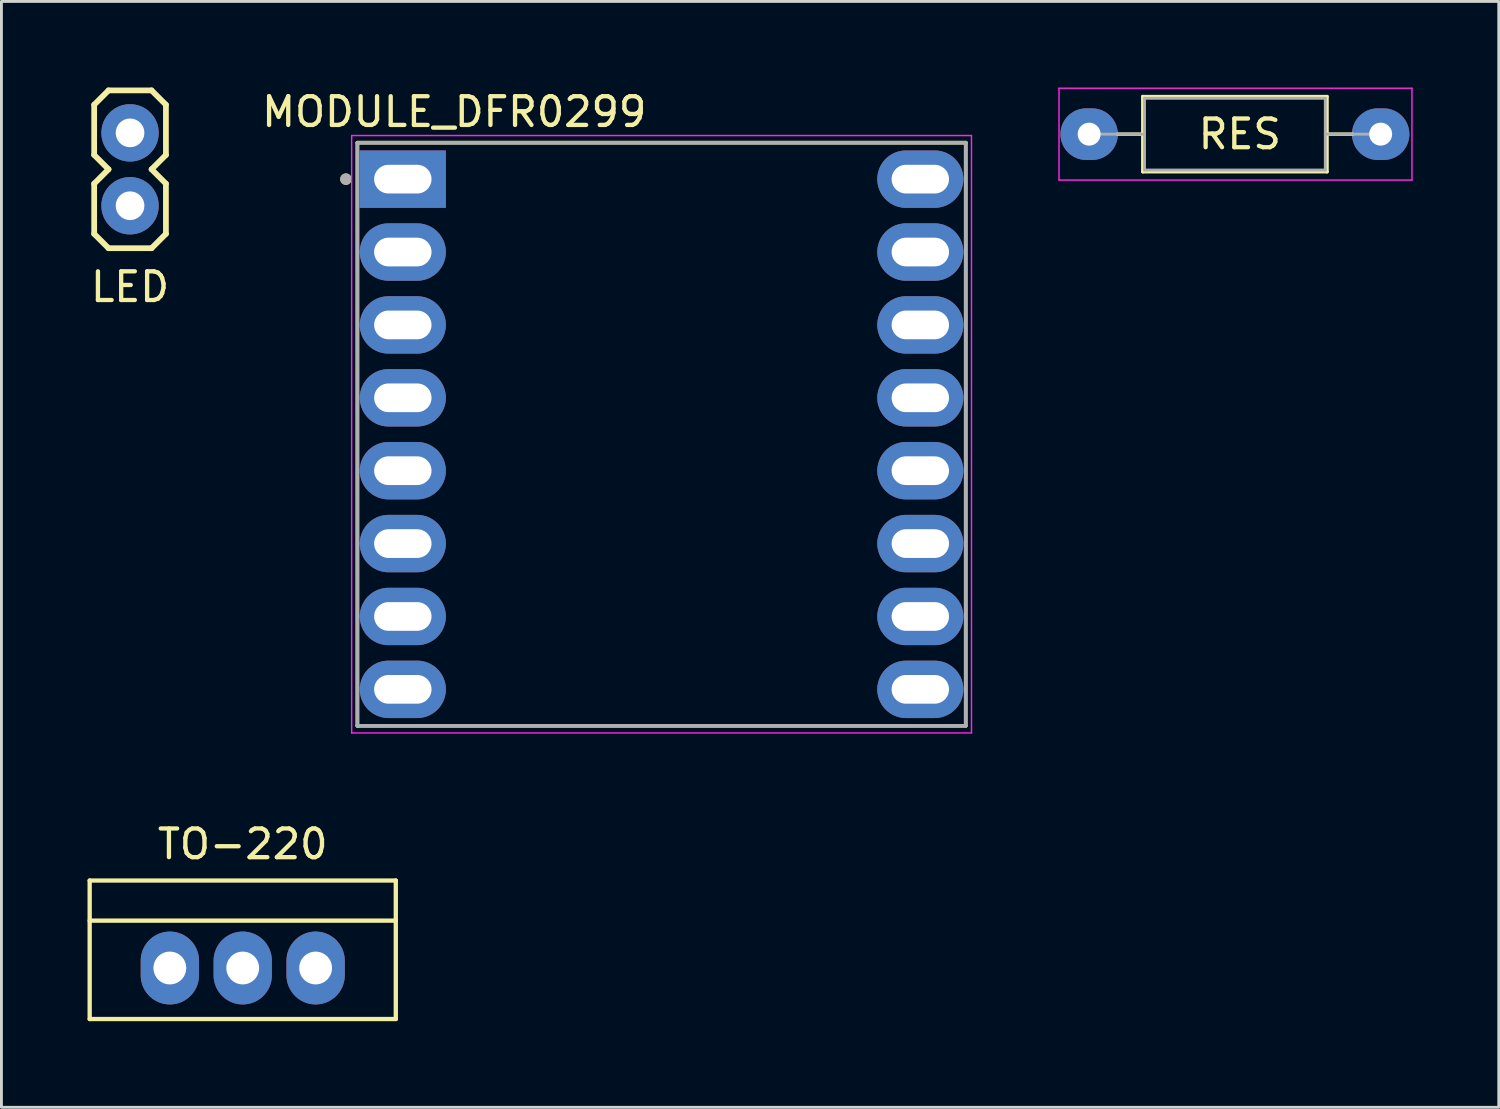
<source format=kicad_pcb>
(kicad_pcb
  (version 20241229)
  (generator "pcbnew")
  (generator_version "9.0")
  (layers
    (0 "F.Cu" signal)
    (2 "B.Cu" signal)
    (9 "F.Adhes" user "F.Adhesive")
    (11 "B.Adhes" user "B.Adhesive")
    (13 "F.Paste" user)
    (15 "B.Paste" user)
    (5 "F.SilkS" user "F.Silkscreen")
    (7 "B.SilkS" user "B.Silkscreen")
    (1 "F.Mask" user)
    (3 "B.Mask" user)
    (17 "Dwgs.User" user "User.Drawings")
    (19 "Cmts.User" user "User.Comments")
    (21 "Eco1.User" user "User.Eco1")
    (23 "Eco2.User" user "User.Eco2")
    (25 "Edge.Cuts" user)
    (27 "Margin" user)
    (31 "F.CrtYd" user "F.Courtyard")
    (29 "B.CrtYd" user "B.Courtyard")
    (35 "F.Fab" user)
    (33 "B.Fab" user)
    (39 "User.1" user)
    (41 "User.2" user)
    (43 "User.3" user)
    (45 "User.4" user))
  (footprint "MODULE_DFR0299"
    (layer "F.Cu")
    (at 20.005 12.083)
    (property "Reference" "MODULE_DFR0299" (at -7.225 -11.235 0) (layer "F.SilkS") (effects (font (size 1 1) (thickness 0.15))))
    (attr through_hole)
    (fp_line (start -10.6 -10.16) (end 10.6 -10.16) (stroke (width 0.127) (type solid)) (layer "F.SilkS"))
    (fp_line (start -10.6 10.16) (end -10.6 -10.16) (stroke (width 0.127) (type solid)) (layer "F.SilkS"))
    (fp_line (start 10.6 -10.16) (end 10.6 10.16) (stroke (width 0.127) (type solid)) (layer "F.SilkS"))
    (fp_line (start 10.6 10.16) (end -10.6 10.16) (stroke (width 0.127) (type solid)) (layer "F.SilkS"))
    (fp_circle (center -11 -8.89) (end -10.9 -8.89) (stroke (width 0.2) (type solid)) (fill no) (layer "F.SilkS"))
    (fp_line (start -10.8 -10.41) (end 10.8 -10.41) (stroke (width 0.05) (type solid)) (layer "F.CrtYd"))
    (fp_line (start -10.8 10.41) (end -10.8 -10.41) (stroke (width 0.05) (type solid)) (layer "F.CrtYd"))
    (fp_line (start 10.8 -10.41) (end 10.8 10.41) (stroke (width 0.05) (type solid)) (layer "F.CrtYd"))
    (fp_line (start 10.8 10.41) (end -10.8 10.41) (stroke (width 0.05) (type solid)) (layer "F.CrtYd"))
    (fp_line (start -10.6 -10.16) (end 10.6 -10.16) (stroke (width 0.127) (type solid)) (layer "F.Fab"))
    (fp_line (start -10.6 10.16) (end -10.6 -10.16) (stroke (width 0.127) (type solid)) (layer "F.Fab"))
    (fp_line (start 10.6 -10.16) (end 10.6 10.16) (stroke (width 0.127) (type solid)) (layer "F.Fab"))
    (fp_line (start 10.6 10.16) (end -10.6 10.16) (stroke (width 0.127) (type solid)) (layer "F.Fab"))
    (fp_circle (center -11 -8.89) (end -10.9 -8.89) (stroke (width 0.2) (type solid)) (fill no) (layer "F.Fab"))
    (pad "1" thru_hole rect (at -9.017 -8.89) (size 3 2) (drill oval 2 1) (layers "*.Cu" "*.Mask"))
    (pad "2" thru_hole oval (at -9.017 -6.35) (size 3 2) (drill oval 2 1) (layers "*.Cu" "*.Mask"))
    (pad "3" thru_hole oval (at -9.017 -3.81) (size 3 2) (drill oval 2 1) (layers "*.Cu" "*.Mask"))
    (pad "4" thru_hole oval (at -9.017 -1.27) (size 3 2) (drill oval 2 1) (layers "*.Cu" "*.Mask"))
    (pad "5" thru_hole oval (at -9.017 1.27) (size 3 2) (drill oval 2 1) (layers "*.Cu" "*.Mask"))
    (pad "6" thru_hole oval (at -9.017 3.81) (size 3 2) (drill oval 2 1) (layers "*.Cu" "*.Mask"))
    (pad "7" thru_hole oval (at -9.017 6.35) (size 3 2) (drill oval 2 1) (layers "*.Cu" "*.Mask"))
    (pad "8" thru_hole oval (at -9.017 8.89) (size 3 2) (drill oval 2 1) (layers "*.Cu" "*.Mask"))
    (pad "9" thru_hole oval (at 9.017 8.89) (size 3 2) (drill oval 2 1) (layers "*.Cu" "*.Mask"))
    (pad "10" thru_hole oval (at 9.017 6.35) (size 3 2) (drill oval 2 1) (layers "*.Cu" "*.Mask"))
    (pad "11" thru_hole oval (at 9.017 3.81) (size 3 2) (drill oval 2 1) (layers "*.Cu" "*.Mask"))
    (pad "12" thru_hole oval (at 9.017 1.27) (size 3 2) (drill oval 2 1) (layers "*.Cu" "*.Mask"))
    (pad "13" thru_hole oval (at 9.017 -1.27) (size 3 2) (drill oval 2 1) (layers "*.Cu" "*.Mask"))
    (pad "14" thru_hole oval (at 9.017 -3.81) (size 3 2) (drill oval 2 1) (layers "*.Cu" "*.Mask"))
    (pad "15" thru_hole oval (at 9.017 -6.35) (size 3 2) (drill oval 2 1) (layers "*.Cu" "*.Mask"))
    (pad "16" thru_hole oval (at 9.017 -8.89) (size 3 2) (drill oval 2 1) (layers "*.Cu" "*.Mask")))
  (footprint "RES"
    (layer "F.Cu")
    (at 34.905 1.625)
    (property "Reference" "RES" (at 5.25 0 0) (layer "F.SilkS") (effects (font (size 1 1) (thickness 0.15))))
    (attr through_hole)
    (fp_line (start 0.98 0) (end 1.87 0) (stroke (width 0.12) (type solid)) (layer "F.SilkS"))
    (fp_line (start 1.87 -1.31) (end 1.87 1.31) (stroke (width 0.12) (type solid)) (layer "F.SilkS"))
    (fp_line (start 1.87 1.31) (end 8.29 1.31) (stroke (width 0.12) (type solid)) (layer "F.SilkS"))
    (fp_line (start 8.29 -1.31) (end 1.87 -1.31) (stroke (width 0.12) (type solid)) (layer "F.SilkS"))
    (fp_line (start 8.29 1.31) (end 8.29 -1.31) (stroke (width 0.12) (type solid)) (layer "F.SilkS"))
    (fp_line (start 9.18 0) (end 8.29 0) (stroke (width 0.12) (type solid)) (layer "F.SilkS"))
    (fp_line (start -1.05 -1.6) (end -1.05 1.6) (stroke (width 0.05) (type solid)) (layer "F.CrtYd"))
    (fp_line (start -1.05 1.6) (end 11.25 1.6) (stroke (width 0.05) (type solid)) (layer "F.CrtYd"))
    (fp_line (start 11.25 -1.6) (end -1.05 -1.6) (stroke (width 0.05) (type solid)) (layer "F.CrtYd"))
    (fp_line (start 11.25 1.6) (end 11.25 -1.6) (stroke (width 0.05) (type solid)) (layer "F.CrtYd"))
    (fp_line (start 0 0) (end 1.93 0) (stroke (width 0.1) (type solid)) (layer "F.Fab"))
    (fp_line (start 1.93 -1.25) (end 1.93 1.25) (stroke (width 0.1) (type solid)) (layer "F.Fab"))
    (fp_line (start 1.93 1.25) (end 8.23 1.25) (stroke (width 0.1) (type solid)) (layer "F.Fab"))
    (fp_line (start 8.23 -1.25) (end 1.93 -1.25) (stroke (width 0.1) (type solid)) (layer "F.Fab"))
    (fp_line (start 8.23 1.25) (end 8.23 -1.25) (stroke (width 0.1) (type solid)) (layer "F.Fab"))
    (fp_line (start 10.16 0) (end 8.23 0) (stroke (width 0.1) (type solid)) (layer "F.Fab"))
    (pad "1" thru_hole oval (at 0 0) (size 2 1.8) (drill 0.8) (layers "*.Cu" "*.Mask"))
    (pad "2" thru_hole oval (at 10.16 0) (size 2 1.8) (drill 0.8) (layers "*.Cu" "*.Mask")))
  (footprint "LED"
    (layer "F.Cu")
    (at 1.482 2.85)
    (property "Reference" "LED" (at 0 4.1 0) (layer "F.SilkS") (effects (font (size 1 1) (thickness 0.15))))
    (attr through_hole)
    (fp_line (start -1.25 -2.25) (end -0.75 -2.75) (stroke (width 0.2) (type solid)) (layer "F.SilkS"))
    (fp_line (start -1.25 -0.5) (end -1.25 -2.25) (stroke (width 0.2) (type solid)) (layer "F.SilkS"))
    (fp_line (start -1.25 0.5) (end -0.75 0) (stroke (width 0.2) (type solid)) (layer "F.SilkS"))
    (fp_line (start -1.25 2.25) (end -1.25 0.5) (stroke (width 0.2) (type solid)) (layer "F.SilkS"))
    (fp_line (start -0.75 -2.75) (end 0.75 -2.75) (stroke (width 0.2) (type solid)) (layer "F.SilkS"))
    (fp_line (start -0.75 0) (end -1.25 -0.5) (stroke (width 0.2) (type solid)) (layer "F.SilkS"))
    (fp_line (start -0.75 2.75) (end -1.25 2.25) (stroke (width 0.2) (type solid)) (layer "F.SilkS"))
    (fp_line (start 0.75 -2.75) (end 1.25 -2.25) (stroke (width 0.2) (type solid)) (layer "F.SilkS"))
    (fp_line (start 0.75 0) (end 1.25 0.5) (stroke (width 0.2) (type solid)) (layer "F.SilkS"))
    (fp_line (start 0.75 2.75) (end -0.75 2.75) (stroke (width 0.2) (type solid)) (layer "F.SilkS"))
    (fp_line (start 1.25 -2.25) (end 1.25 -0.5) (stroke (width 0.2) (type solid)) (layer "F.SilkS"))
    (fp_line (start 1.25 -0.5) (end 0.75 0) (stroke (width 0.2) (type solid)) (layer "F.SilkS"))
    (fp_line (start 1.25 0.5) (end 1.25 2.25) (stroke (width 0.2) (type solid)) (layer "F.SilkS"))
    (fp_line (start 1.25 2.25) (end 0.75 2.75) (stroke (width 0.2) (type solid)) (layer "F.SilkS"))
    (pad "1" thru_hole circle (at 0 1.27) (size 2 2) (drill 1) (layers "*.Cu" "*.Mask"))
    (pad "2" thru_hole circle (at 0 -1.27) (size 2 2) (drill 1) (layers "*.Cu" "*.Mask")))
  (footprint "TO-220"
    (layer "F.Cu")
    (at 5.409 30.684)
    (property "Reference" "TO-220" (at 0 -4.318 0) (layer "F.SilkS") (effects (font (size 1 1) (thickness 0.15))))
    (attr through_hole)
    (fp_line (start -5.334 -3.048) (end -5.334 1.778) (stroke (width 0.15) (type solid)) (layer "F.SilkS"))
    (fp_line (start -5.334 -1.651) (end 5.334 -1.651) (stroke (width 0.15) (type solid)) (layer "F.SilkS"))
    (fp_line (start 5.334 -3.048) (end -5.334 -3.048) (stroke (width 0.15) (type solid)) (layer "F.SilkS"))
    (fp_line (start 5.334 -3.048) (end 5.334 1.778) (stroke (width 0.15) (type solid)) (layer "F.SilkS"))
    (fp_line (start 5.334 1.778) (end -5.334 1.778) (stroke (width 0.15) (type solid)) (layer "F.SilkS"))
    (pad "1" thru_hole oval (at -2.54 0) (size 2.032 2.54) (drill 1.143) (layers "*.Cu" "*.Mask"))
    (pad "2" thru_hole oval (at 0 0) (size 2.032 2.54) (drill 1.143) (layers "*.Cu" "*.Mask"))
    (pad "3" thru_hole oval (at 2.54 0) (size 2.032 2.54) (drill 1.143) (layers "*.Cu" "*.Mask")))
  (gr_rect
    (start -3 -3)
    (end 49.18 35.538)
    (stroke (width 0.1) (type default))
    (fill no)
    (layer "Edge.Cuts")))
</source>
